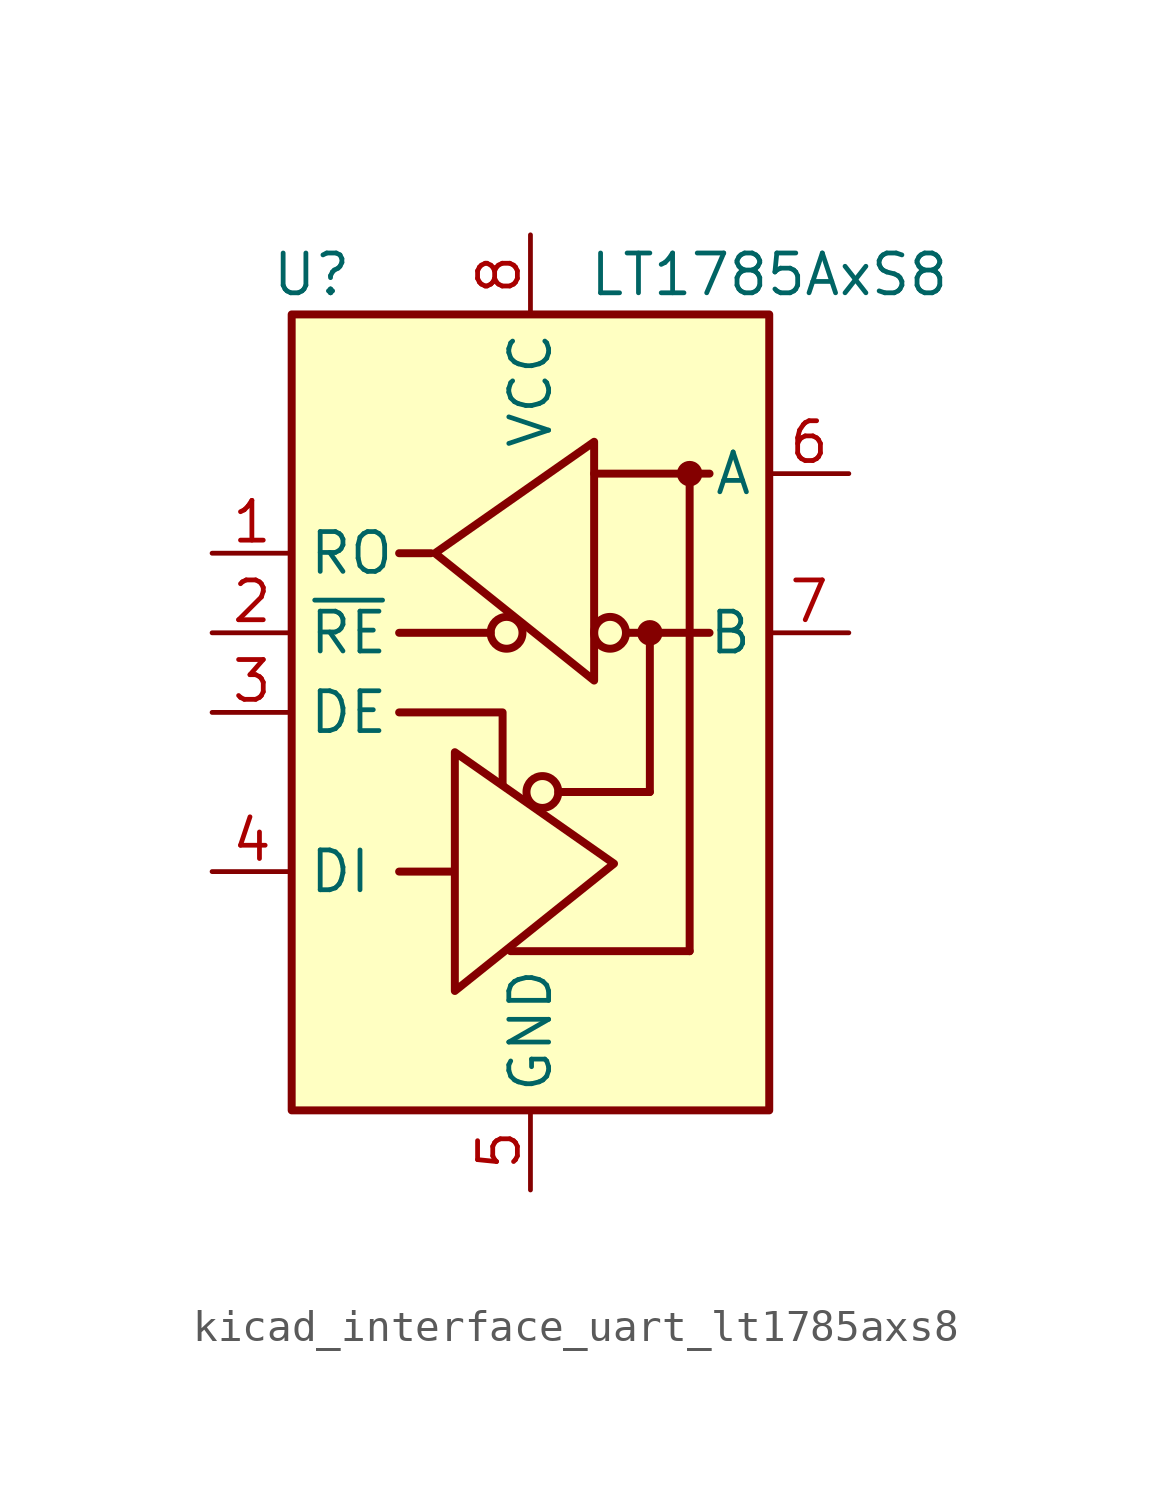
<source format=kicad_sym>
(kicad_symbol_lib
  (version 20220914)
  (generator kicad_symbol_editor)
  (symbol "kicad_interface_uart_lt1785axs8"
    (property "Reference" "U"
      (at -6.985 13.97 0)
      (effects (font (size 1.27 1.27))))
    (property "Value" "LT1785AxS8"
      (at 7.62 13.97 0)
      (effects (font (size 1.27 1.27))))
    (symbol "kicad_interface_uart_lt1785axs8_0_1"
      (rectangle (start -7.62 12.7) (end 7.62 -12.7) (stroke (width 0.254) (type default)) (fill (type background)))
      (polyline (pts (xy -4.191 2.54) (xy -1.27 2.54)) (stroke (width 0.254) (type default)) (fill (type none)))
      (polyline (pts (xy -2.54 -5.08) (xy -4.191 -5.08)) (stroke (width 0.254) (type default)) (fill (type none)))
      (polyline (pts (xy -0.635 -7.62) (xy 5.08 -7.62)) (stroke (width 0.254) (type default)) (fill (type none)))
      (polyline (pts (xy 0.889 -2.54) (xy 3.81 -2.54)) (stroke (width 0.254) (type default)) (fill (type none)))
      (polyline (pts (xy 2.032 7.62) (xy 5.715 7.62)) (stroke (width 0.254) (type default)) (fill (type none)))
      (polyline (pts (xy 3.048 2.54) (xy 5.715 2.54)) (stroke (width 0.254) (type default)) (fill (type none)))
      (polyline (pts (xy 3.81 -2.54) (xy 3.81 2.54)) (stroke (width 0.254) (type default)) (fill (type none)))
      (polyline (pts (xy 5.08 -7.62) (xy 5.08 7.62)) (stroke (width 0.254) (type default)) (fill (type none)))
      (polyline (pts (xy -4.191 0) (xy -0.889 0) (xy -0.889 -2.286)) (stroke (width 0.254) (type default)) (fill (type none)))
      (polyline (pts (xy -3.175 5.08) (xy -4.191 5.08) (xy -4.064 5.08)) (stroke (width 0.254) (type default)) (fill (type none)))
      (polyline (pts (xy -2.413 -5.08) (xy -2.413 -1.27) (xy 2.667 -4.826) (xy -2.413 -8.89) (xy -2.413 -5.08)) (stroke (width 0.254) (type default)) (fill (type none)))
      (circle (center 0.381 -2.54) (radius 0.508) (stroke (width 0.254) (type default)) (fill (type none)))
      (circle (center 3.81 2.54) (radius 0.279) (stroke (width 0.254) (type default)) (fill (type outline))))
    (symbol "kicad_interface_uart_lt1785axs8_1_1"
      (circle (center -0.762 2.54) (radius 0.508) (stroke (width 0.254) (type default)) (fill (type none)))
      (polyline (pts (xy 2.032 4.826) (xy 2.032 8.636) (xy -3.048 5.08) (xy 2.032 1.016) (xy 2.032 4.826)) (stroke (width 0.254) (type default)) (fill (type none)))
      (circle (center 2.54 2.54) (radius 0.508) (stroke (width 0.254) (type default)) (fill (type none)))
      (circle (center 5.08 7.62) (radius 0.279) (stroke (width 0.254) (type default)) (fill (type outline)))
      (pin output line (at -10.16 5.08 0) (length 2.54) (name "RO" (effects (font (size 1.27 1.27)))) (number "1" (effects (font (size 1.27 1.27)))))
      (pin input line (at -10.16 2.54 0) (length 2.54) (name "~{RE}" (effects (font (size 1.27 1.27)))) (number "2" (effects (font (size 1.27 1.27)))))
      (pin input line (at -10.16 0 0) (length 2.54) (name "DE" (effects (font (size 1.27 1.27)))) (number "3" (effects (font (size 1.27 1.27)))))
      (pin input line (at -10.16 -5.08 0) (length 2.54) (name "DI" (effects (font (size 1.27 1.27)))) (number "4" (effects (font (size 1.27 1.27)))))
      (pin power_in line (at 0 -15.24 90) (length 2.54) (name "GND" (effects (font (size 1.27 1.27)))) (number "5" (effects (font (size 1.27 1.27)))))
      (pin bidirectional line (at 10.16 7.62 180) (length 2.54) (name "A" (effects (font (size 1.27 1.27)))) (number "6" (effects (font (size 1.27 1.27)))))
      (pin bidirectional line (at 10.16 2.54 180) (length 2.54) (name "B" (effects (font (size 1.27 1.27)))) (number "7" (effects (font (size 1.27 1.27)))))
      (pin power_in line (at 0 15.24 270) (length 2.54) (name "VCC" (effects (font (size 1.27 1.27)))) (number "8" (effects (font (size 1.27 1.27))))))))
</source>
